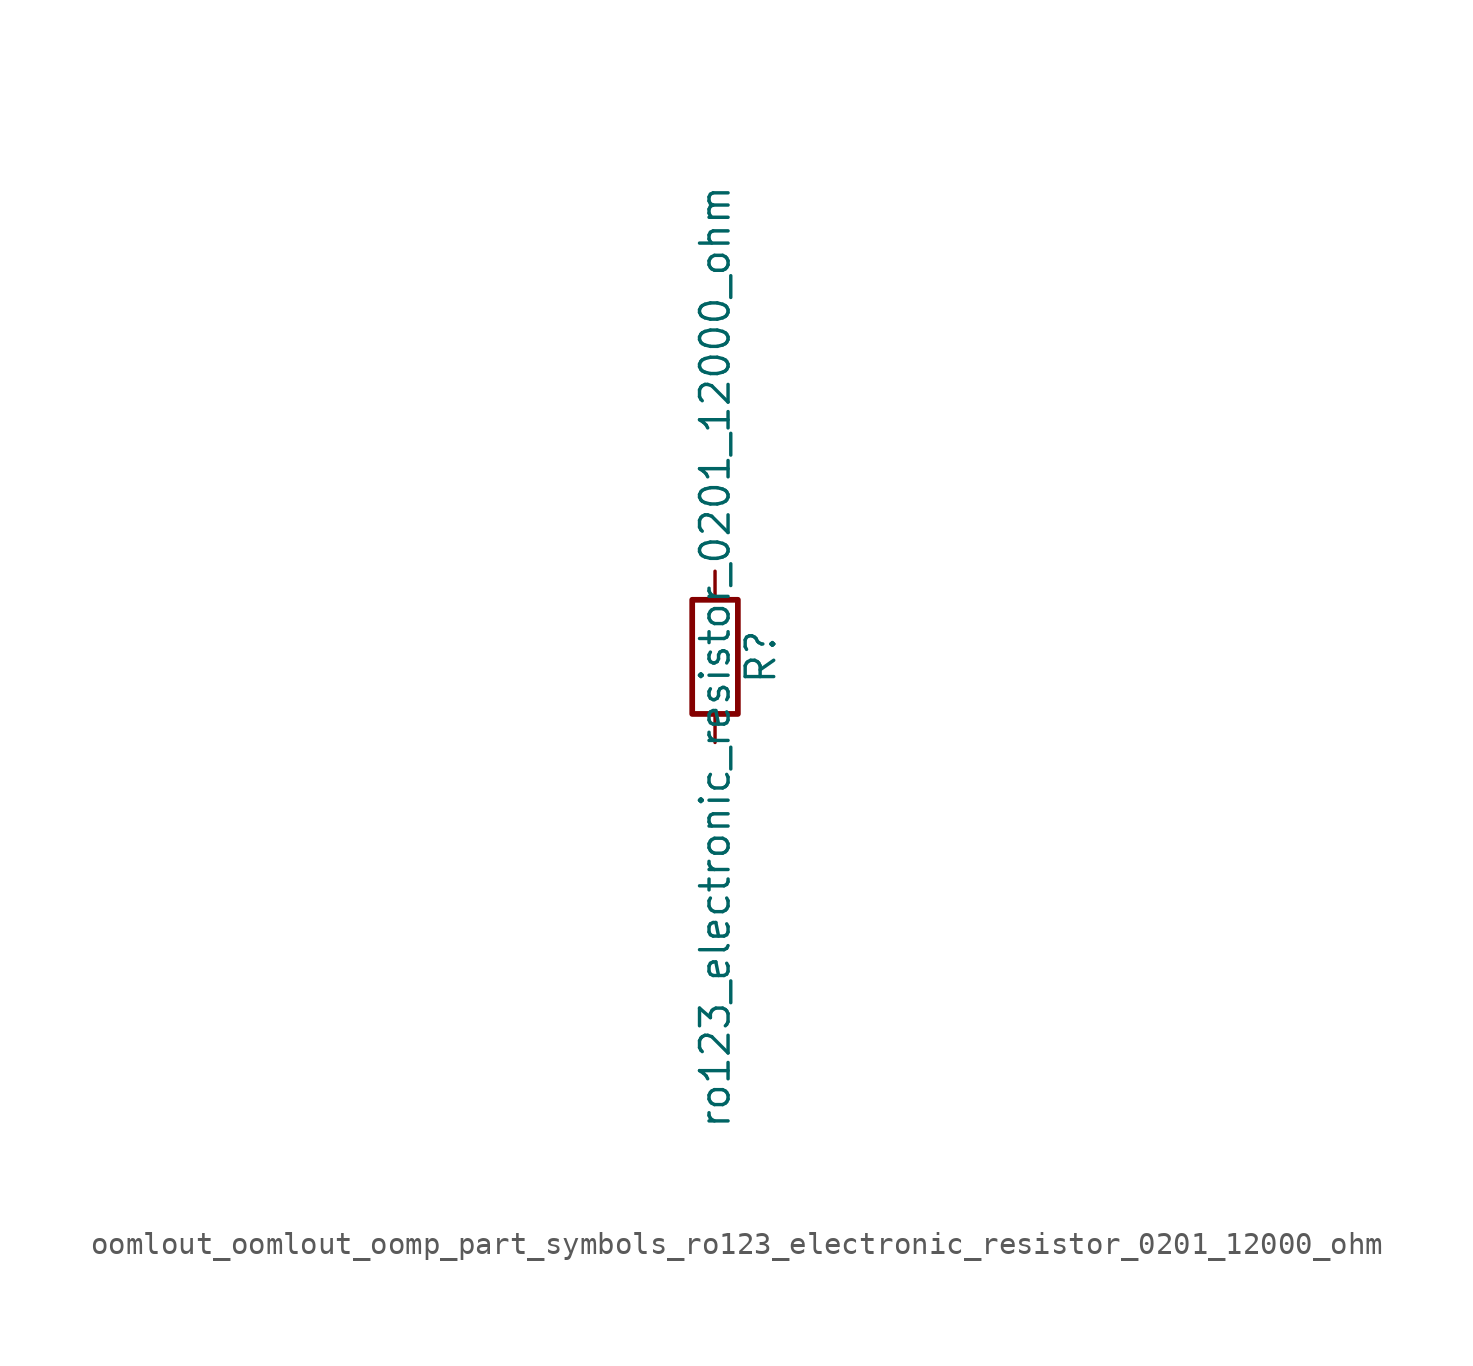
<source format=kicad_sym>
(kicad_symbol_lib
  (version 20220914)
  (generator kicad_symbol_editor)
  (symbol "oomlout_oomlout_oomp_part_symbols_ro123_electronic_resistor_0201_12000_ohm"
    (pin_numbers hide)
    (pin_names
      (offset 0))
    (property "Reference" "R"
      (at 2.032 0 90)
      (effects (font (size 1.27 1.27))))
    (property "Value" "ro123_electronic_resistor_0201_12000_ohm"
      (at 0 0 90)
      (effects (font (size 1.27 1.27))))
    (symbol "oomlout_oomlout_oomp_part_symbols_ro123_electronic_resistor_0201_12000_ohm_0_1"
      (rectangle (start -1.016 -2.54) (end 1.016 2.54) (stroke (width 0.254) (type default)) (fill (type none))))
    (symbol "oomlout_oomlout_oomp_part_symbols_ro123_electronic_resistor_0201_12000_ohm_1_1"
      (pin passive line (at 0 3.81 270) (length 1.27) (name "~" (effects (font (size 1.27 1.27)))) (number "1" (effects (font (size 1.27 1.27)))))
      (pin passive line (at 0 -3.81 90) (length 1.27) (name "~" (effects (font (size 1.27 1.27)))) (number "2" (effects (font (size 1.27 1.27))))))))
</source>
